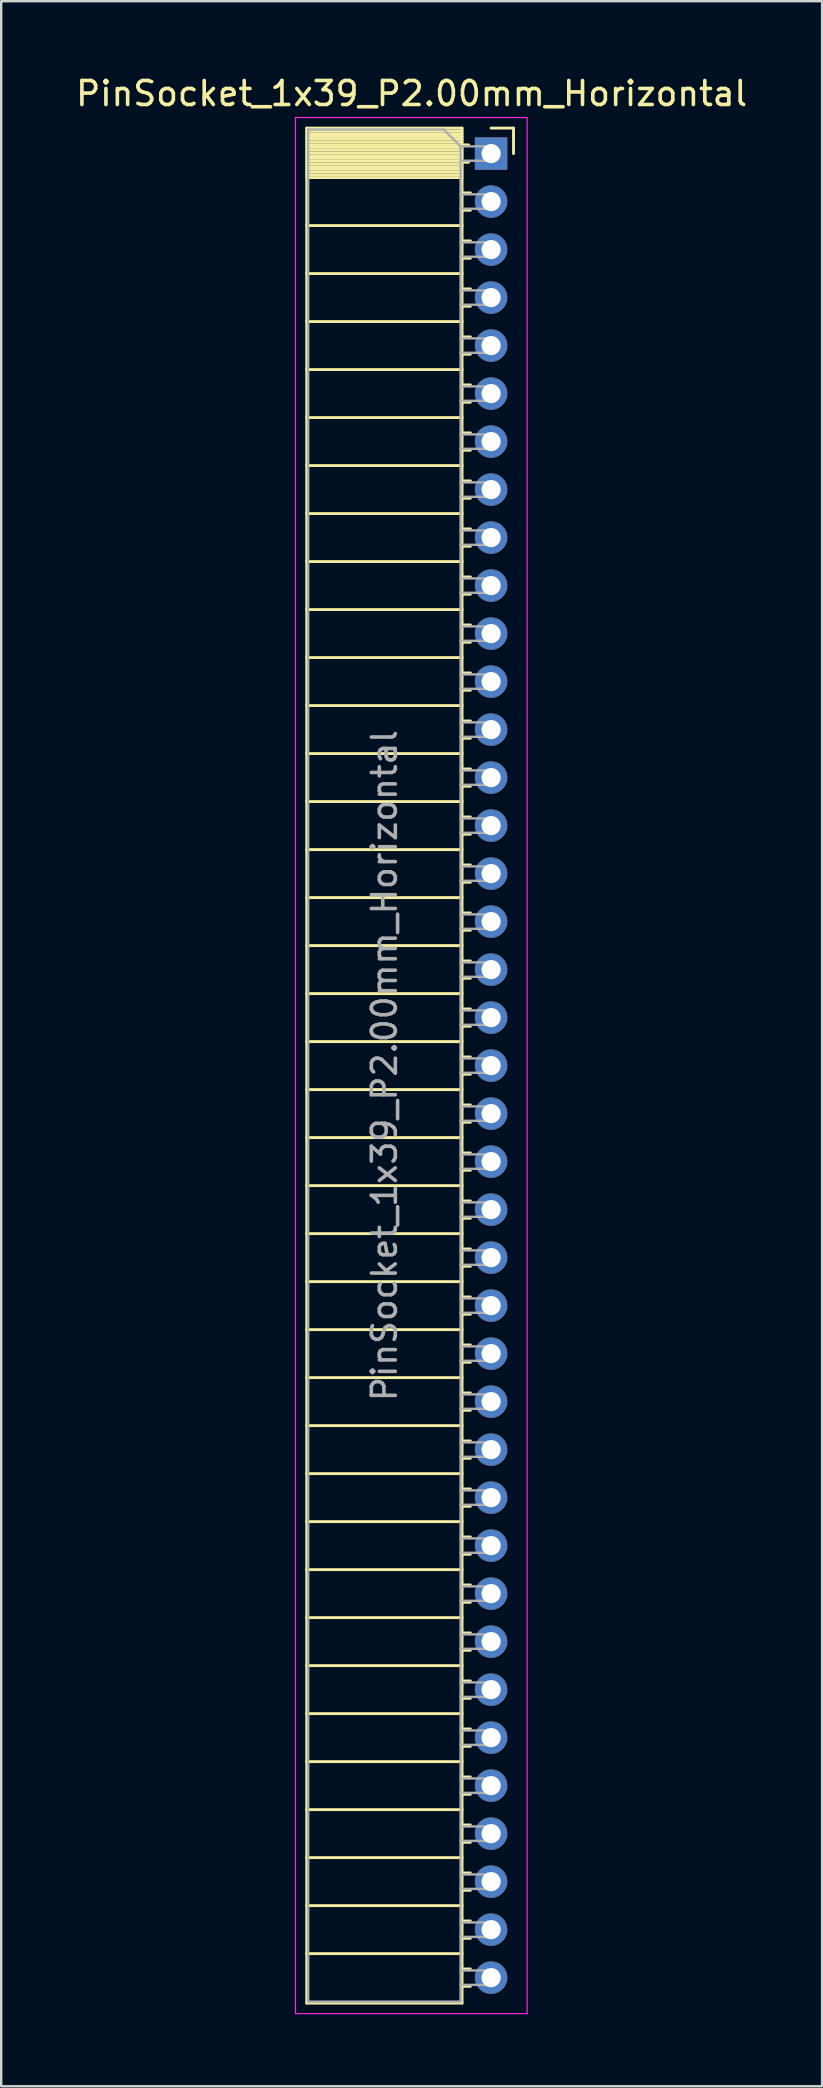
<source format=kicad_pcb>
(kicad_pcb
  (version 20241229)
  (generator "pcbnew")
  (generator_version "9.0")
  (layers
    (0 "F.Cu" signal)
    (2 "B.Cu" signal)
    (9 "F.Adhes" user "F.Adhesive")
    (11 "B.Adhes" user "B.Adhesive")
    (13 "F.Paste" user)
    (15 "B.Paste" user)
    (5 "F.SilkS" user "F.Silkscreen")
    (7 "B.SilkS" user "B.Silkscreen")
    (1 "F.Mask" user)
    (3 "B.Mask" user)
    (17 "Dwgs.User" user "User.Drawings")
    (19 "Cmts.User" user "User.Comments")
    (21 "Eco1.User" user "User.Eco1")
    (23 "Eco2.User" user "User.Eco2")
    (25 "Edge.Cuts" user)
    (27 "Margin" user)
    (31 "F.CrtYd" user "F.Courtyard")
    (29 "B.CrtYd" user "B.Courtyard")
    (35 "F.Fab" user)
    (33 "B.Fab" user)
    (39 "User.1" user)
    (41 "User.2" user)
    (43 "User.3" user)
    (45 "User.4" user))
  (footprint "PinSocket_1x39_P2.00mm_Horizontal"
    (layer "F.Cu")
    (at 17.411 3.348)
    (property "Reference" "PinSocket_1x39_P2.00mm_Horizontal" (at -3.31 -2.5 0) (layer "F.SilkS") (effects (font (size 1 1) (thickness 0.15))))
    (attr through_hole)
    (fp_line (start -7.68 -1.06) (end -7.68 77.06) (stroke (width 0.12) (type solid)) (layer "F.SilkS"))
    (fp_line (start -7.68 -1.06) (end -1.21 -1.06) (stroke (width 0.12) (type solid)) (layer "F.SilkS"))
    (fp_line (start -7.68 -0.94) (end -1.21 -0.94) (stroke (width 0.12) (type solid)) (layer "F.SilkS"))
    (fp_line (start -7.68 -0.826) (end -1.21 -0.826) (stroke (width 0.12) (type solid)) (layer "F.SilkS"))
    (fp_line (start -7.68 -0.712) (end -1.21 -0.712) (stroke (width 0.12) (type solid)) (layer "F.SilkS"))
    (fp_line (start -7.68 -0.598) (end -1.21 -0.598) (stroke (width 0.12) (type solid)) (layer "F.SilkS"))
    (fp_line (start -7.68 -0.484) (end -1.21 -0.484) (stroke (width 0.12) (type solid)) (layer "F.SilkS"))
    (fp_line (start -7.68 -0.369) (end -1.21 -0.369) (stroke (width 0.12) (type solid)) (layer "F.SilkS"))
    (fp_line (start -7.68 -0.255) (end -1.21 -0.255) (stroke (width 0.12) (type solid)) (layer "F.SilkS"))
    (fp_line (start -7.68 -0.141) (end -1.21 -0.141) (stroke (width 0.12) (type solid)) (layer "F.SilkS"))
    (fp_line (start -7.68 -0.027) (end -1.21 -0.027) (stroke (width 0.12) (type solid)) (layer "F.SilkS"))
    (fp_line (start -7.68 0.087) (end -1.21 0.087) (stroke (width 0.12) (type solid)) (layer "F.SilkS"))
    (fp_line (start -7.68 0.201) (end -1.21 0.201) (stroke (width 0.12) (type solid)) (layer "F.SilkS"))
    (fp_line (start -7.68 0.315) (end -1.21 0.315) (stroke (width 0.12) (type solid)) (layer "F.SilkS"))
    (fp_line (start -7.68 0.429) (end -1.21 0.429) (stroke (width 0.12) (type solid)) (layer "F.SilkS"))
    (fp_line (start -7.68 0.544) (end -1.21 0.544) (stroke (width 0.12) (type solid)) (layer "F.SilkS"))
    (fp_line (start -7.68 0.658) (end -1.21 0.658) (stroke (width 0.12) (type solid)) (layer "F.SilkS"))
    (fp_line (start -7.68 0.772) (end -1.21 0.772) (stroke (width 0.12) (type solid)) (layer "F.SilkS"))
    (fp_line (start -7.68 0.886) (end -1.21 0.886) (stroke (width 0.12) (type solid)) (layer "F.SilkS"))
    (fp_line (start -7.68 1) (end -1.21 1) (stroke (width 0.12) (type solid)) (layer "F.SilkS"))
    (fp_line (start -7.68 3) (end -1.21 3) (stroke (width 0.12) (type solid)) (layer "F.SilkS"))
    (fp_line (start -7.68 5) (end -1.21 5) (stroke (width 0.12) (type solid)) (layer "F.SilkS"))
    (fp_line (start -7.68 7) (end -1.21 7) (stroke (width 0.12) (type solid)) (layer "F.SilkS"))
    (fp_line (start -7.68 9) (end -1.21 9) (stroke (width 0.12) (type solid)) (layer "F.SilkS"))
    (fp_line (start -7.68 11) (end -1.21 11) (stroke (width 0.12) (type solid)) (layer "F.SilkS"))
    (fp_line (start -7.68 13) (end -1.21 13) (stroke (width 0.12) (type solid)) (layer "F.SilkS"))
    (fp_line (start -7.68 15) (end -1.21 15) (stroke (width 0.12) (type solid)) (layer "F.SilkS"))
    (fp_line (start -7.68 17) (end -1.21 17) (stroke (width 0.12) (type solid)) (layer "F.SilkS"))
    (fp_line (start -7.68 19) (end -1.21 19) (stroke (width 0.12) (type solid)) (layer "F.SilkS"))
    (fp_line (start -7.68 21) (end -1.21 21) (stroke (width 0.12) (type solid)) (layer "F.SilkS"))
    (fp_line (start -7.68 23) (end -1.21 23) (stroke (width 0.12) (type solid)) (layer "F.SilkS"))
    (fp_line (start -7.68 25) (end -1.21 25) (stroke (width 0.12) (type solid)) (layer "F.SilkS"))
    (fp_line (start -7.68 27) (end -1.21 27) (stroke (width 0.12) (type solid)) (layer "F.SilkS"))
    (fp_line (start -7.68 29) (end -1.21 29) (stroke (width 0.12) (type solid)) (layer "F.SilkS"))
    (fp_line (start -7.68 31) (end -1.21 31) (stroke (width 0.12) (type solid)) (layer "F.SilkS"))
    (fp_line (start -7.68 33) (end -1.21 33) (stroke (width 0.12) (type solid)) (layer "F.SilkS"))
    (fp_line (start -7.68 35) (end -1.21 35) (stroke (width 0.12) (type solid)) (layer "F.SilkS"))
    (fp_line (start -7.68 37) (end -1.21 37) (stroke (width 0.12) (type solid)) (layer "F.SilkS"))
    (fp_line (start -7.68 39) (end -1.21 39) (stroke (width 0.12) (type solid)) (layer "F.SilkS"))
    (fp_line (start -7.68 41) (end -1.21 41) (stroke (width 0.12) (type solid)) (layer "F.SilkS"))
    (fp_line (start -7.68 43) (end -1.21 43) (stroke (width 0.12) (type solid)) (layer "F.SilkS"))
    (fp_line (start -7.68 45) (end -1.21 45) (stroke (width 0.12) (type solid)) (layer "F.SilkS"))
    (fp_line (start -7.68 47) (end -1.21 47) (stroke (width 0.12) (type solid)) (layer "F.SilkS"))
    (fp_line (start -7.68 49) (end -1.21 49) (stroke (width 0.12) (type solid)) (layer "F.SilkS"))
    (fp_line (start -7.68 51) (end -1.21 51) (stroke (width 0.12) (type solid)) (layer "F.SilkS"))
    (fp_line (start -7.68 53) (end -1.21 53) (stroke (width 0.12) (type solid)) (layer "F.SilkS"))
    (fp_line (start -7.68 55) (end -1.21 55) (stroke (width 0.12) (type solid)) (layer "F.SilkS"))
    (fp_line (start -7.68 57) (end -1.21 57) (stroke (width 0.12) (type solid)) (layer "F.SilkS"))
    (fp_line (start -7.68 59) (end -1.21 59) (stroke (width 0.12) (type solid)) (layer "F.SilkS"))
    (fp_line (start -7.68 61) (end -1.21 61) (stroke (width 0.12) (type solid)) (layer "F.SilkS"))
    (fp_line (start -7.68 63) (end -1.21 63) (stroke (width 0.12) (type solid)) (layer "F.SilkS"))
    (fp_line (start -7.68 65) (end -1.21 65) (stroke (width 0.12) (type solid)) (layer "F.SilkS"))
    (fp_line (start -7.68 67) (end -1.21 67) (stroke (width 0.12) (type solid)) (layer "F.SilkS"))
    (fp_line (start -7.68 69) (end -1.21 69) (stroke (width 0.12) (type solid)) (layer "F.SilkS"))
    (fp_line (start -7.68 71) (end -1.21 71) (stroke (width 0.12) (type solid)) (layer "F.SilkS"))
    (fp_line (start -7.68 73) (end -1.21 73) (stroke (width 0.12) (type solid)) (layer "F.SilkS"))
    (fp_line (start -7.68 75) (end -1.21 75) (stroke (width 0.12) (type solid)) (layer "F.SilkS"))
    (fp_line (start -7.68 77.06) (end -1.21 77.06) (stroke (width 0.12) (type solid)) (layer "F.SilkS"))
    (fp_line (start -1.21 -1.06) (end -1.21 77.06) (stroke (width 0.12) (type solid)) (layer "F.SilkS"))
    (fp_line (start -1.21 -0.36) (end -0.935 -0.36) (stroke (width 0.12) (type solid)) (layer "F.SilkS"))
    (fp_line (start -1.21 0.36) (end -0.935 0.36) (stroke (width 0.12) (type solid)) (layer "F.SilkS"))
    (fp_line (start -1.21 1.64) (end -0.863 1.64) (stroke (width 0.12) (type solid)) (layer "F.SilkS"))
    (fp_line (start -1.21 2.36) (end -0.863 2.36) (stroke (width 0.12) (type solid)) (layer "F.SilkS"))
    (fp_line (start -1.21 3.64) (end -0.863 3.64) (stroke (width 0.12) (type solid)) (layer "F.SilkS"))
    (fp_line (start -1.21 4.36) (end -0.863 4.36) (stroke (width 0.12) (type solid)) (layer "F.SilkS"))
    (fp_line (start -1.21 5.64) (end -0.863 5.64) (stroke (width 0.12) (type solid)) (layer "F.SilkS"))
    (fp_line (start -1.21 6.36) (end -0.863 6.36) (stroke (width 0.12) (type solid)) (layer "F.SilkS"))
    (fp_line (start -1.21 7.64) (end -0.863 7.64) (stroke (width 0.12) (type solid)) (layer "F.SilkS"))
    (fp_line (start -1.21 8.36) (end -0.863 8.36) (stroke (width 0.12) (type solid)) (layer "F.SilkS"))
    (fp_line (start -1.21 9.64) (end -0.863 9.64) (stroke (width 0.12) (type solid)) (layer "F.SilkS"))
    (fp_line (start -1.21 10.36) (end -0.863 10.36) (stroke (width 0.12) (type solid)) (layer "F.SilkS"))
    (fp_line (start -1.21 11.64) (end -0.863 11.64) (stroke (width 0.12) (type solid)) (layer "F.SilkS"))
    (fp_line (start -1.21 12.36) (end -0.863 12.36) (stroke (width 0.12) (type solid)) (layer "F.SilkS"))
    (fp_line (start -1.21 13.64) (end -0.863 13.64) (stroke (width 0.12) (type solid)) (layer "F.SilkS"))
    (fp_line (start -1.21 14.36) (end -0.863 14.36) (stroke (width 0.12) (type solid)) (layer "F.SilkS"))
    (fp_line (start -1.21 15.64) (end -0.863 15.64) (stroke (width 0.12) (type solid)) (layer "F.SilkS"))
    (fp_line (start -1.21 16.36) (end -0.863 16.36) (stroke (width 0.12) (type solid)) (layer "F.SilkS"))
    (fp_line (start -1.21 17.64) (end -0.863 17.64) (stroke (width 0.12) (type solid)) (layer "F.SilkS"))
    (fp_line (start -1.21 18.36) (end -0.863 18.36) (stroke (width 0.12) (type solid)) (layer "F.SilkS"))
    (fp_line (start -1.21 19.64) (end -0.863 19.64) (stroke (width 0.12) (type solid)) (layer "F.SilkS"))
    (fp_line (start -1.21 20.36) (end -0.863 20.36) (stroke (width 0.12) (type solid)) (layer "F.SilkS"))
    (fp_line (start -1.21 21.64) (end -0.863 21.64) (stroke (width 0.12) (type solid)) (layer "F.SilkS"))
    (fp_line (start -1.21 22.36) (end -0.863 22.36) (stroke (width 0.12) (type solid)) (layer "F.SilkS"))
    (fp_line (start -1.21 23.64) (end -0.863 23.64) (stroke (width 0.12) (type solid)) (layer "F.SilkS"))
    (fp_line (start -1.21 24.36) (end -0.863 24.36) (stroke (width 0.12) (type solid)) (layer "F.SilkS"))
    (fp_line (start -1.21 25.64) (end -0.863 25.64) (stroke (width 0.12) (type solid)) (layer "F.SilkS"))
    (fp_line (start -1.21 26.36) (end -0.863 26.36) (stroke (width 0.12) (type solid)) (layer "F.SilkS"))
    (fp_line (start -1.21 27.64) (end -0.863 27.64) (stroke (width 0.12) (type solid)) (layer "F.SilkS"))
    (fp_line (start -1.21 28.36) (end -0.863 28.36) (stroke (width 0.12) (type solid)) (layer "F.SilkS"))
    (fp_line (start -1.21 29.64) (end -0.863 29.64) (stroke (width 0.12) (type solid)) (layer "F.SilkS"))
    (fp_line (start -1.21 30.36) (end -0.863 30.36) (stroke (width 0.12) (type solid)) (layer "F.SilkS"))
    (fp_line (start -1.21 31.64) (end -0.863 31.64) (stroke (width 0.12) (type solid)) (layer "F.SilkS"))
    (fp_line (start -1.21 32.36) (end -0.863 32.36) (stroke (width 0.12) (type solid)) (layer "F.SilkS"))
    (fp_line (start -1.21 33.64) (end -0.863 33.64) (stroke (width 0.12) (type solid)) (layer "F.SilkS"))
    (fp_line (start -1.21 34.36) (end -0.863 34.36) (stroke (width 0.12) (type solid)) (layer "F.SilkS"))
    (fp_line (start -1.21 35.64) (end -0.863 35.64) (stroke (width 0.12) (type solid)) (layer "F.SilkS"))
    (fp_line (start -1.21 36.36) (end -0.863 36.36) (stroke (width 0.12) (type solid)) (layer "F.SilkS"))
    (fp_line (start -1.21 37.64) (end -0.863 37.64) (stroke (width 0.12) (type solid)) (layer "F.SilkS"))
    (fp_line (start -1.21 38.36) (end -0.863 38.36) (stroke (width 0.12) (type solid)) (layer "F.SilkS"))
    (fp_line (start -1.21 39.64) (end -0.863 39.64) (stroke (width 0.12) (type solid)) (layer "F.SilkS"))
    (fp_line (start -1.21 40.36) (end -0.863 40.36) (stroke (width 0.12) (type solid)) (layer "F.SilkS"))
    (fp_line (start -1.21 41.64) (end -0.863 41.64) (stroke (width 0.12) (type solid)) (layer "F.SilkS"))
    (fp_line (start -1.21 42.36) (end -0.863 42.36) (stroke (width 0.12) (type solid)) (layer "F.SilkS"))
    (fp_line (start -1.21 43.64) (end -0.863 43.64) (stroke (width 0.12) (type solid)) (layer "F.SilkS"))
    (fp_line (start -1.21 44.36) (end -0.863 44.36) (stroke (width 0.12) (type solid)) (layer "F.SilkS"))
    (fp_line (start -1.21 45.64) (end -0.863 45.64) (stroke (width 0.12) (type solid)) (layer "F.SilkS"))
    (fp_line (start -1.21 46.36) (end -0.863 46.36) (stroke (width 0.12) (type solid)) (layer "F.SilkS"))
    (fp_line (start -1.21 47.64) (end -0.863 47.64) (stroke (width 0.12) (type solid)) (layer "F.SilkS"))
    (fp_line (start -1.21 48.36) (end -0.863 48.36) (stroke (width 0.12) (type solid)) (layer "F.SilkS"))
    (fp_line (start -1.21 49.64) (end -0.863 49.64) (stroke (width 0.12) (type solid)) (layer "F.SilkS"))
    (fp_line (start -1.21 50.36) (end -0.863 50.36) (stroke (width 0.12) (type solid)) (layer "F.SilkS"))
    (fp_line (start -1.21 51.64) (end -0.863 51.64) (stroke (width 0.12) (type solid)) (layer "F.SilkS"))
    (fp_line (start -1.21 52.36) (end -0.863 52.36) (stroke (width 0.12) (type solid)) (layer "F.SilkS"))
    (fp_line (start -1.21 53.64) (end -0.863 53.64) (stroke (width 0.12) (type solid)) (layer "F.SilkS"))
    (fp_line (start -1.21 54.36) (end -0.863 54.36) (stroke (width 0.12) (type solid)) (layer "F.SilkS"))
    (fp_line (start -1.21 55.64) (end -0.863 55.64) (stroke (width 0.12) (type solid)) (layer "F.SilkS"))
    (fp_line (start -1.21 56.36) (end -0.863 56.36) (stroke (width 0.12) (type solid)) (layer "F.SilkS"))
    (fp_line (start -1.21 57.64) (end -0.863 57.64) (stroke (width 0.12) (type solid)) (layer "F.SilkS"))
    (fp_line (start -1.21 58.36) (end -0.863 58.36) (stroke (width 0.12) (type solid)) (layer "F.SilkS"))
    (fp_line (start -1.21 59.64) (end -0.863 59.64) (stroke (width 0.12) (type solid)) (layer "F.SilkS"))
    (fp_line (start -1.21 60.36) (end -0.863 60.36) (stroke (width 0.12) (type solid)) (layer "F.SilkS"))
    (fp_line (start -1.21 61.64) (end -0.863 61.64) (stroke (width 0.12) (type solid)) (layer "F.SilkS"))
    (fp_line (start -1.21 62.36) (end -0.863 62.36) (stroke (width 0.12) (type solid)) (layer "F.SilkS"))
    (fp_line (start -1.21 63.64) (end -0.863 63.64) (stroke (width 0.12) (type solid)) (layer "F.SilkS"))
    (fp_line (start -1.21 64.36) (end -0.863 64.36) (stroke (width 0.12) (type solid)) (layer "F.SilkS"))
    (fp_line (start -1.21 65.64) (end -0.863 65.64) (stroke (width 0.12) (type solid)) (layer "F.SilkS"))
    (fp_line (start -1.21 66.36) (end -0.863 66.36) (stroke (width 0.12) (type solid)) (layer "F.SilkS"))
    (fp_line (start -1.21 67.64) (end -0.863 67.64) (stroke (width 0.12) (type solid)) (layer "F.SilkS"))
    (fp_line (start -1.21 68.36) (end -0.863 68.36) (stroke (width 0.12) (type solid)) (layer "F.SilkS"))
    (fp_line (start -1.21 69.64) (end -0.863 69.64) (stroke (width 0.12) (type solid)) (layer "F.SilkS"))
    (fp_line (start -1.21 70.36) (end -0.863 70.36) (stroke (width 0.12) (type solid)) (layer "F.SilkS"))
    (fp_line (start -1.21 71.64) (end -0.863 71.64) (stroke (width 0.12) (type solid)) (layer "F.SilkS"))
    (fp_line (start -1.21 72.36) (end -0.863 72.36) (stroke (width 0.12) (type solid)) (layer "F.SilkS"))
    (fp_line (start -1.21 73.64) (end -0.863 73.64) (stroke (width 0.12) (type solid)) (layer "F.SilkS"))
    (fp_line (start -1.21 74.36) (end -0.863 74.36) (stroke (width 0.12) (type solid)) (layer "F.SilkS"))
    (fp_line (start -1.21 75.64) (end -0.863 75.64) (stroke (width 0.12) (type solid)) (layer "F.SilkS"))
    (fp_line (start -1.21 76.36) (end -0.863 76.36) (stroke (width 0.12) (type solid)) (layer "F.SilkS"))
    (fp_line (start 0 -1.06) (end 0.935 -1.06) (stroke (width 0.12) (type solid)) (layer "F.SilkS"))
    (fp_line (start 0.935 -1.06) (end 0.935 0) (stroke (width 0.12) (type solid)) (layer "F.SilkS"))
    (fp_line (start -8.15 -1.5) (end -8.15 77.5) (stroke (width 0.05) (type solid)) (layer "F.CrtYd"))
    (fp_line (start -8.15 77.5) (end 1.5 77.5) (stroke (width 0.05) (type solid)) (layer "F.CrtYd"))
    (fp_line (start 1.5 -1.5) (end -8.15 -1.5) (stroke (width 0.05) (type solid)) (layer "F.CrtYd"))
    (fp_line (start 1.5 77.5) (end 1.5 -1.5) (stroke (width 0.05) (type solid)) (layer "F.CrtYd"))
    (fp_line (start -7.62 -1) (end -1.97 -1) (stroke (width 0.1) (type solid)) (layer "F.Fab"))
    (fp_line (start -7.62 77) (end -7.62 -1) (stroke (width 0.1) (type solid)) (layer "F.Fab"))
    (fp_line (start -1.97 -1) (end -1.27 -0.3) (stroke (width 0.1) (type solid)) (layer "F.Fab"))
    (fp_line (start -1.27 -0.3) (end -1.27 77) (stroke (width 0.1) (type solid)) (layer "F.Fab"))
    (fp_line (start -1.27 0.3) (end 0 0.3) (stroke (width 0.1) (type solid)) (layer "F.Fab"))
    (fp_line (start -1.27 2.3) (end 0 2.3) (stroke (width 0.1) (type solid)) (layer "F.Fab"))
    (fp_line (start -1.27 4.3) (end 0 4.3) (stroke (width 0.1) (type solid)) (layer "F.Fab"))
    (fp_line (start -1.27 6.3) (end 0 6.3) (stroke (width 0.1) (type solid)) (layer "F.Fab"))
    (fp_line (start -1.27 8.3) (end 0 8.3) (stroke (width 0.1) (type solid)) (layer "F.Fab"))
    (fp_line (start -1.27 10.3) (end 0 10.3) (stroke (width 0.1) (type solid)) (layer "F.Fab"))
    (fp_line (start -1.27 12.3) (end 0 12.3) (stroke (width 0.1) (type solid)) (layer "F.Fab"))
    (fp_line (start -1.27 14.3) (end 0 14.3) (stroke (width 0.1) (type solid)) (layer "F.Fab"))
    (fp_line (start -1.27 16.3) (end 0 16.3) (stroke (width 0.1) (type solid)) (layer "F.Fab"))
    (fp_line (start -1.27 18.3) (end 0 18.3) (stroke (width 0.1) (type solid)) (layer "F.Fab"))
    (fp_line (start -1.27 20.3) (end 0 20.3) (stroke (width 0.1) (type solid)) (layer "F.Fab"))
    (fp_line (start -1.27 22.3) (end 0 22.3) (stroke (width 0.1) (type solid)) (layer "F.Fab"))
    (fp_line (start -1.27 24.3) (end 0 24.3) (stroke (width 0.1) (type solid)) (layer "F.Fab"))
    (fp_line (start -1.27 26.3) (end 0 26.3) (stroke (width 0.1) (type solid)) (layer "F.Fab"))
    (fp_line (start -1.27 28.3) (end 0 28.3) (stroke (width 0.1) (type solid)) (layer "F.Fab"))
    (fp_line (start -1.27 30.3) (end 0 30.3) (stroke (width 0.1) (type solid)) (layer "F.Fab"))
    (fp_line (start -1.27 32.3) (end 0 32.3) (stroke (width 0.1) (type solid)) (layer "F.Fab"))
    (fp_line (start -1.27 34.3) (end 0 34.3) (stroke (width 0.1) (type solid)) (layer "F.Fab"))
    (fp_line (start -1.27 36.3) (end 0 36.3) (stroke (width 0.1) (type solid)) (layer "F.Fab"))
    (fp_line (start -1.27 38.3) (end 0 38.3) (stroke (width 0.1) (type solid)) (layer "F.Fab"))
    (fp_line (start -1.27 40.3) (end 0 40.3) (stroke (width 0.1) (type solid)) (layer "F.Fab"))
    (fp_line (start -1.27 42.3) (end 0 42.3) (stroke (width 0.1) (type solid)) (layer "F.Fab"))
    (fp_line (start -1.27 44.3) (end 0 44.3) (stroke (width 0.1) (type solid)) (layer "F.Fab"))
    (fp_line (start -1.27 46.3) (end 0 46.3) (stroke (width 0.1) (type solid)) (layer "F.Fab"))
    (fp_line (start -1.27 48.3) (end 0 48.3) (stroke (width 0.1) (type solid)) (layer "F.Fab"))
    (fp_line (start -1.27 50.3) (end 0 50.3) (stroke (width 0.1) (type solid)) (layer "F.Fab"))
    (fp_line (start -1.27 52.3) (end 0 52.3) (stroke (width 0.1) (type solid)) (layer "F.Fab"))
    (fp_line (start -1.27 54.3) (end 0 54.3) (stroke (width 0.1) (type solid)) (layer "F.Fab"))
    (fp_line (start -1.27 56.3) (end 0 56.3) (stroke (width 0.1) (type solid)) (layer "F.Fab"))
    (fp_line (start -1.27 58.3) (end 0 58.3) (stroke (width 0.1) (type solid)) (layer "F.Fab"))
    (fp_line (start -1.27 60.3) (end 0 60.3) (stroke (width 0.1) (type solid)) (layer "F.Fab"))
    (fp_line (start -1.27 62.3) (end 0 62.3) (stroke (width 0.1) (type solid)) (layer "F.Fab"))
    (fp_line (start -1.27 64.3) (end 0 64.3) (stroke (width 0.1) (type solid)) (layer "F.Fab"))
    (fp_line (start -1.27 66.3) (end 0 66.3) (stroke (width 0.1) (type solid)) (layer "F.Fab"))
    (fp_line (start -1.27 68.3) (end 0 68.3) (stroke (width 0.1) (type solid)) (layer "F.Fab"))
    (fp_line (start -1.27 70.3) (end 0 70.3) (stroke (width 0.1) (type solid)) (layer "F.Fab"))
    (fp_line (start -1.27 72.3) (end 0 72.3) (stroke (width 0.1) (type solid)) (layer "F.Fab"))
    (fp_line (start -1.27 74.3) (end 0 74.3) (stroke (width 0.1) (type solid)) (layer "F.Fab"))
    (fp_line (start -1.27 76.3) (end 0 76.3) (stroke (width 0.1) (type solid)) (layer "F.Fab"))
    (fp_line (start -1.27 77) (end -7.62 77) (stroke (width 0.1) (type solid)) (layer "F.Fab"))
    (fp_line (start 0 -0.3) (end -1.27 -0.3) (stroke (width 0.1) (type solid)) (layer "F.Fab"))
    (fp_line (start 0 0.3) (end 0 -0.3) (stroke (width 0.1) (type solid)) (layer "F.Fab"))
    (fp_line (start 0 1.7) (end -1.27 1.7) (stroke (width 0.1) (type solid)) (layer "F.Fab"))
    (fp_line (start 0 2.3) (end 0 1.7) (stroke (width 0.1) (type solid)) (layer "F.Fab"))
    (fp_line (start 0 3.7) (end -1.27 3.7) (stroke (width 0.1) (type solid)) (layer "F.Fab"))
    (fp_line (start 0 4.3) (end 0 3.7) (stroke (width 0.1) (type solid)) (layer "F.Fab"))
    (fp_line (start 0 5.7) (end -1.27 5.7) (stroke (width 0.1) (type solid)) (layer "F.Fab"))
    (fp_line (start 0 6.3) (end 0 5.7) (stroke (width 0.1) (type solid)) (layer "F.Fab"))
    (fp_line (start 0 7.7) (end -1.27 7.7) (stroke (width 0.1) (type solid)) (layer "F.Fab"))
    (fp_line (start 0 8.3) (end 0 7.7) (stroke (width 0.1) (type solid)) (layer "F.Fab"))
    (fp_line (start 0 9.7) (end -1.27 9.7) (stroke (width 0.1) (type solid)) (layer "F.Fab"))
    (fp_line (start 0 10.3) (end 0 9.7) (stroke (width 0.1) (type solid)) (layer "F.Fab"))
    (fp_line (start 0 11.7) (end -1.27 11.7) (stroke (width 0.1) (type solid)) (layer "F.Fab"))
    (fp_line (start 0 12.3) (end 0 11.7) (stroke (width 0.1) (type solid)) (layer "F.Fab"))
    (fp_line (start 0 13.7) (end -1.27 13.7) (stroke (width 0.1) (type solid)) (layer "F.Fab"))
    (fp_line (start 0 14.3) (end 0 13.7) (stroke (width 0.1) (type solid)) (layer "F.Fab"))
    (fp_line (start 0 15.7) (end -1.27 15.7) (stroke (width 0.1) (type solid)) (layer "F.Fab"))
    (fp_line (start 0 16.3) (end 0 15.7) (stroke (width 0.1) (type solid)) (layer "F.Fab"))
    (fp_line (start 0 17.7) (end -1.27 17.7) (stroke (width 0.1) (type solid)) (layer "F.Fab"))
    (fp_line (start 0 18.3) (end 0 17.7) (stroke (width 0.1) (type solid)) (layer "F.Fab"))
    (fp_line (start 0 19.7) (end -1.27 19.7) (stroke (width 0.1) (type solid)) (layer "F.Fab"))
    (fp_line (start 0 20.3) (end 0 19.7) (stroke (width 0.1) (type solid)) (layer "F.Fab"))
    (fp_line (start 0 21.7) (end -1.27 21.7) (stroke (width 0.1) (type solid)) (layer "F.Fab"))
    (fp_line (start 0 22.3) (end 0 21.7) (stroke (width 0.1) (type solid)) (layer "F.Fab"))
    (fp_line (start 0 23.7) (end -1.27 23.7) (stroke (width 0.1) (type solid)) (layer "F.Fab"))
    (fp_line (start 0 24.3) (end 0 23.7) (stroke (width 0.1) (type solid)) (layer "F.Fab"))
    (fp_line (start 0 25.7) (end -1.27 25.7) (stroke (width 0.1) (type solid)) (layer "F.Fab"))
    (fp_line (start 0 26.3) (end 0 25.7) (stroke (width 0.1) (type solid)) (layer "F.Fab"))
    (fp_line (start 0 27.7) (end -1.27 27.7) (stroke (width 0.1) (type solid)) (layer "F.Fab"))
    (fp_line (start 0 28.3) (end 0 27.7) (stroke (width 0.1) (type solid)) (layer "F.Fab"))
    (fp_line (start 0 29.7) (end -1.27 29.7) (stroke (width 0.1) (type solid)) (layer "F.Fab"))
    (fp_line (start 0 30.3) (end 0 29.7) (stroke (width 0.1) (type solid)) (layer "F.Fab"))
    (fp_line (start 0 31.7) (end -1.27 31.7) (stroke (width 0.1) (type solid)) (layer "F.Fab"))
    (fp_line (start 0 32.3) (end 0 31.7) (stroke (width 0.1) (type solid)) (layer "F.Fab"))
    (fp_line (start 0 33.7) (end -1.27 33.7) (stroke (width 0.1) (type solid)) (layer "F.Fab"))
    (fp_line (start 0 34.3) (end 0 33.7) (stroke (width 0.1) (type solid)) (layer "F.Fab"))
    (fp_line (start 0 35.7) (end -1.27 35.7) (stroke (width 0.1) (type solid)) (layer "F.Fab"))
    (fp_line (start 0 36.3) (end 0 35.7) (stroke (width 0.1) (type solid)) (layer "F.Fab"))
    (fp_line (start 0 37.7) (end -1.27 37.7) (stroke (width 0.1) (type solid)) (layer "F.Fab"))
    (fp_line (start 0 38.3) (end 0 37.7) (stroke (width 0.1) (type solid)) (layer "F.Fab"))
    (fp_line (start 0 39.7) (end -1.27 39.7) (stroke (width 0.1) (type solid)) (layer "F.Fab"))
    (fp_line (start 0 40.3) (end 0 39.7) (stroke (width 0.1) (type solid)) (layer "F.Fab"))
    (fp_line (start 0 41.7) (end -1.27 41.7) (stroke (width 0.1) (type solid)) (layer "F.Fab"))
    (fp_line (start 0 42.3) (end 0 41.7) (stroke (width 0.1) (type solid)) (layer "F.Fab"))
    (fp_line (start 0 43.7) (end -1.27 43.7) (stroke (width 0.1) (type solid)) (layer "F.Fab"))
    (fp_line (start 0 44.3) (end 0 43.7) (stroke (width 0.1) (type solid)) (layer "F.Fab"))
    (fp_line (start 0 45.7) (end -1.27 45.7) (stroke (width 0.1) (type solid)) (layer "F.Fab"))
    (fp_line (start 0 46.3) (end 0 45.7) (stroke (width 0.1) (type solid)) (layer "F.Fab"))
    (fp_line (start 0 47.7) (end -1.27 47.7) (stroke (width 0.1) (type solid)) (layer "F.Fab"))
    (fp_line (start 0 48.3) (end 0 47.7) (stroke (width 0.1) (type solid)) (layer "F.Fab"))
    (fp_line (start 0 49.7) (end -1.27 49.7) (stroke (width 0.1) (type solid)) (layer "F.Fab"))
    (fp_line (start 0 50.3) (end 0 49.7) (stroke (width 0.1) (type solid)) (layer "F.Fab"))
    (fp_line (start 0 51.7) (end -1.27 51.7) (stroke (width 0.1) (type solid)) (layer "F.Fab"))
    (fp_line (start 0 52.3) (end 0 51.7) (stroke (width 0.1) (type solid)) (layer "F.Fab"))
    (fp_line (start 0 53.7) (end -1.27 53.7) (stroke (width 0.1) (type solid)) (layer "F.Fab"))
    (fp_line (start 0 54.3) (end 0 53.7) (stroke (width 0.1) (type solid)) (layer "F.Fab"))
    (fp_line (start 0 55.7) (end -1.27 55.7) (stroke (width 0.1) (type solid)) (layer "F.Fab"))
    (fp_line (start 0 56.3) (end 0 55.7) (stroke (width 0.1) (type solid)) (layer "F.Fab"))
    (fp_line (start 0 57.7) (end -1.27 57.7) (stroke (width 0.1) (type solid)) (layer "F.Fab"))
    (fp_line (start 0 58.3) (end 0 57.7) (stroke (width 0.1) (type solid)) (layer "F.Fab"))
    (fp_line (start 0 59.7) (end -1.27 59.7) (stroke (width 0.1) (type solid)) (layer "F.Fab"))
    (fp_line (start 0 60.3) (end 0 59.7) (stroke (width 0.1) (type solid)) (layer "F.Fab"))
    (fp_line (start 0 61.7) (end -1.27 61.7) (stroke (width 0.1) (type solid)) (layer "F.Fab"))
    (fp_line (start 0 62.3) (end 0 61.7) (stroke (width 0.1) (type solid)) (layer "F.Fab"))
    (fp_line (start 0 63.7) (end -1.27 63.7) (stroke (width 0.1) (type solid)) (layer "F.Fab"))
    (fp_line (start 0 64.3) (end 0 63.7) (stroke (width 0.1) (type solid)) (layer "F.Fab"))
    (fp_line (start 0 65.7) (end -1.27 65.7) (stroke (width 0.1) (type solid)) (layer "F.Fab"))
    (fp_line (start 0 66.3) (end 0 65.7) (stroke (width 0.1) (type solid)) (layer "F.Fab"))
    (fp_line (start 0 67.7) (end -1.27 67.7) (stroke (width 0.1) (type solid)) (layer "F.Fab"))
    (fp_line (start 0 68.3) (end 0 67.7) (stroke (width 0.1) (type solid)) (layer "F.Fab"))
    (fp_line (start 0 69.7) (end -1.27 69.7) (stroke (width 0.1) (type solid)) (layer "F.Fab"))
    (fp_line (start 0 70.3) (end 0 69.7) (stroke (width 0.1) (type solid)) (layer "F.Fab"))
    (fp_line (start 0 71.7) (end -1.27 71.7) (stroke (width 0.1) (type solid)) (layer "F.Fab"))
    (fp_line (start 0 72.3) (end 0 71.7) (stroke (width 0.1) (type solid)) (layer "F.Fab"))
    (fp_line (start 0 73.7) (end -1.27 73.7) (stroke (width 0.1) (type solid)) (layer "F.Fab"))
    (fp_line (start 0 74.3) (end 0 73.7) (stroke (width 0.1) (type solid)) (layer "F.Fab"))
    (fp_line (start 0 75.7) (end -1.27 75.7) (stroke (width 0.1) (type solid)) (layer "F.Fab"))
    (fp_line (start 0 76.3) (end 0 75.7) (stroke (width 0.1) (type solid)) (layer "F.Fab"))
    (fp_text user "${REFERENCE}" (at -4.445 38 90) (layer "F.Fab") (effects (font (size 1 1) (thickness 0.15))))
    (pad "1" thru_hole rect (at 0 0) (size 1.35 1.35) (drill 0.8) (layers "*.Cu" "*.Mask"))
    (pad "2" thru_hole oval (at 0 2) (size 1.35 1.35) (drill 0.8) (layers "*.Cu" "*.Mask"))
    (pad "3" thru_hole oval (at 0 4) (size 1.35 1.35) (drill 0.8) (layers "*.Cu" "*.Mask"))
    (pad "4" thru_hole oval (at 0 6) (size 1.35 1.35) (drill 0.8) (layers "*.Cu" "*.Mask"))
    (pad "5" thru_hole oval (at 0 8) (size 1.35 1.35) (drill 0.8) (layers "*.Cu" "*.Mask"))
    (pad "6" thru_hole oval (at 0 10) (size 1.35 1.35) (drill 0.8) (layers "*.Cu" "*.Mask"))
    (pad "7" thru_hole oval (at 0 12) (size 1.35 1.35) (drill 0.8) (layers "*.Cu" "*.Mask"))
    (pad "8" thru_hole oval (at 0 14) (size 1.35 1.35) (drill 0.8) (layers "*.Cu" "*.Mask"))
    (pad "9" thru_hole oval (at 0 16) (size 1.35 1.35) (drill 0.8) (layers "*.Cu" "*.Mask"))
    (pad "10" thru_hole oval (at 0 18) (size 1.35 1.35) (drill 0.8) (layers "*.Cu" "*.Mask"))
    (pad "11" thru_hole oval (at 0 20) (size 1.35 1.35) (drill 0.8) (layers "*.Cu" "*.Mask"))
    (pad "12" thru_hole oval (at 0 22) (size 1.35 1.35) (drill 0.8) (layers "*.Cu" "*.Mask"))
    (pad "13" thru_hole oval (at 0 24) (size 1.35 1.35) (drill 0.8) (layers "*.Cu" "*.Mask"))
    (pad "14" thru_hole oval (at 0 26) (size 1.35 1.35) (drill 0.8) (layers "*.Cu" "*.Mask"))
    (pad "15" thru_hole oval (at 0 28) (size 1.35 1.35) (drill 0.8) (layers "*.Cu" "*.Mask"))
    (pad "16" thru_hole oval (at 0 30) (size 1.35 1.35) (drill 0.8) (layers "*.Cu" "*.Mask"))
    (pad "17" thru_hole oval (at 0 32) (size 1.35 1.35) (drill 0.8) (layers "*.Cu" "*.Mask"))
    (pad "18" thru_hole oval (at 0 34) (size 1.35 1.35) (drill 0.8) (layers "*.Cu" "*.Mask"))
    (pad "19" thru_hole oval (at 0 36) (size 1.35 1.35) (drill 0.8) (layers "*.Cu" "*.Mask"))
    (pad "20" thru_hole oval (at 0 38) (size 1.35 1.35) (drill 0.8) (layers "*.Cu" "*.Mask"))
    (pad "21" thru_hole oval (at 0 40) (size 1.35 1.35) (drill 0.8) (layers "*.Cu" "*.Mask"))
    (pad "22" thru_hole oval (at 0 42) (size 1.35 1.35) (drill 0.8) (layers "*.Cu" "*.Mask"))
    (pad "23" thru_hole oval (at 0 44) (size 1.35 1.35) (drill 0.8) (layers "*.Cu" "*.Mask"))
    (pad "24" thru_hole oval (at 0 46) (size 1.35 1.35) (drill 0.8) (layers "*.Cu" "*.Mask"))
    (pad "25" thru_hole oval (at 0 48) (size 1.35 1.35) (drill 0.8) (layers "*.Cu" "*.Mask"))
    (pad "26" thru_hole oval (at 0 50) (size 1.35 1.35) (drill 0.8) (layers "*.Cu" "*.Mask"))
    (pad "27" thru_hole oval (at 0 52) (size 1.35 1.35) (drill 0.8) (layers "*.Cu" "*.Mask"))
    (pad "28" thru_hole oval (at 0 54) (size 1.35 1.35) (drill 0.8) (layers "*.Cu" "*.Mask"))
    (pad "29" thru_hole oval (at 0 56) (size 1.35 1.35) (drill 0.8) (layers "*.Cu" "*.Mask"))
    (pad "30" thru_hole oval (at 0 58) (size 1.35 1.35) (drill 0.8) (layers "*.Cu" "*.Mask"))
    (pad "31" thru_hole oval (at 0 60) (size 1.35 1.35) (drill 0.8) (layers "*.Cu" "*.Mask"))
    (pad "32" thru_hole oval (at 0 62) (size 1.35 1.35) (drill 0.8) (layers "*.Cu" "*.Mask"))
    (pad "33" thru_hole oval (at 0 64) (size 1.35 1.35) (drill 0.8) (layers "*.Cu" "*.Mask"))
    (pad "34" thru_hole oval (at 0 66) (size 1.35 1.35) (drill 0.8) (layers "*.Cu" "*.Mask"))
    (pad "35" thru_hole oval (at 0 68) (size 1.35 1.35) (drill 0.8) (layers "*.Cu" "*.Mask"))
    (pad "36" thru_hole oval (at 0 70) (size 1.35 1.35) (drill 0.8) (layers "*.Cu" "*.Mask"))
    (pad "37" thru_hole oval (at 0 72) (size 1.35 1.35) (drill 0.8) (layers "*.Cu" "*.Mask"))
    (pad "38" thru_hole oval (at 0 74) (size 1.35 1.35) (drill 0.8) (layers "*.Cu" "*.Mask"))
    (pad "39" thru_hole oval (at 0 76) (size 1.35 1.35) (drill 0.8) (layers "*.Cu" "*.Mask")))
  (gr_rect
    (start -3 -3)
    (end 31.202 83.873)
    (stroke (width 0.1) (type default))
    (fill no)
    (layer "Edge.Cuts")))
</source>
